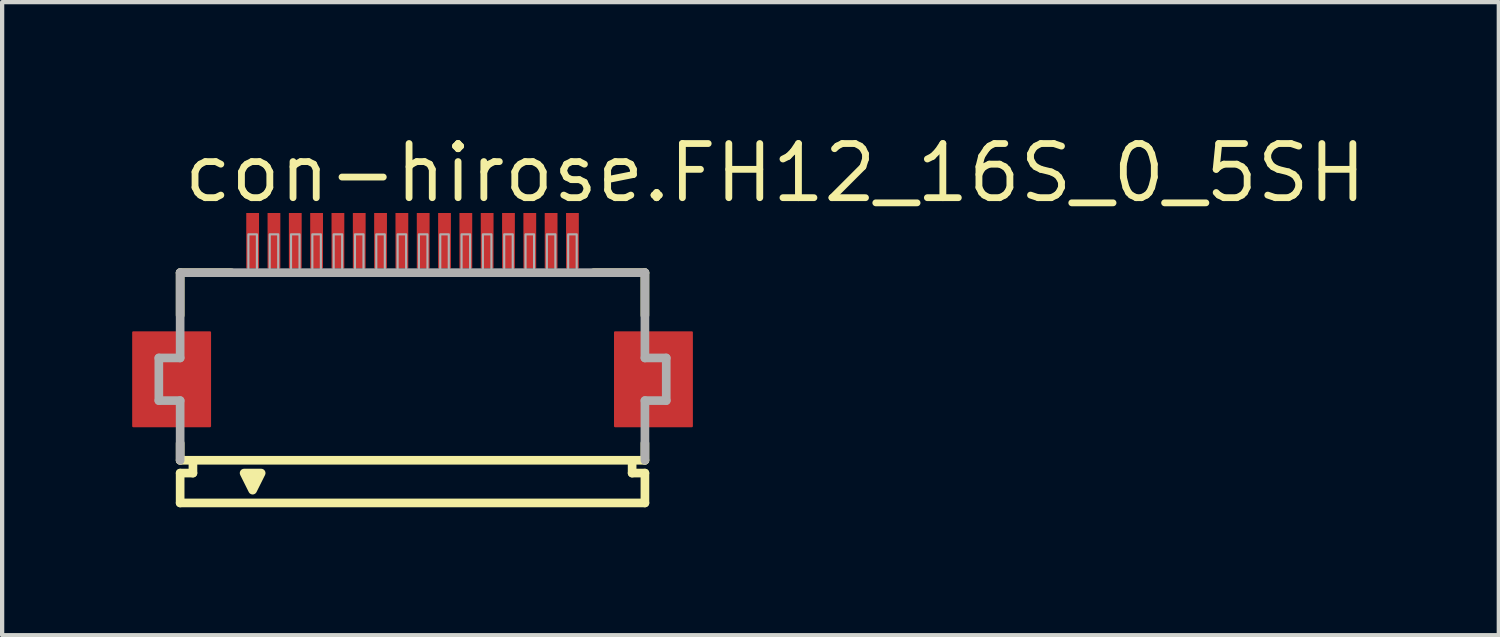
<source format=kicad_pcb>
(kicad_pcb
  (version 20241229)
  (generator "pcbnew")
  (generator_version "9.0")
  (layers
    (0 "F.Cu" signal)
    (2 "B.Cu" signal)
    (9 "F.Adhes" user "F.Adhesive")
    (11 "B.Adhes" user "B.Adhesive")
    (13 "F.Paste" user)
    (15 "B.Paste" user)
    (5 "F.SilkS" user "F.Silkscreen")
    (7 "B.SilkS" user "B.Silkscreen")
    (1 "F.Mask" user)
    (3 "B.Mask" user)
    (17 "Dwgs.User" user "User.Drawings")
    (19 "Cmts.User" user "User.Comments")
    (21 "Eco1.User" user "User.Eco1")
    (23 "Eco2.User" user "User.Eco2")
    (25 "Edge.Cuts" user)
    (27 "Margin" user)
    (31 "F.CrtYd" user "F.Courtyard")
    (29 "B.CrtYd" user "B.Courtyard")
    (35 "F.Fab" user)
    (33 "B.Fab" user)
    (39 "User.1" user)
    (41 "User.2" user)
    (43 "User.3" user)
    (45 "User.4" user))
  (footprint "con-hirose.FH12_16S_0_5SH"
    (layer "F.Cu")
    (at 6.625 5.845)
    (property "Reference" "con-hirose.FH12_16S_0_5SH" (at -5.448 -4.095 0) (layer "F.SilkS") (effects (font (size 1.27 1.27) (thickness 0.16)) (justify left bottom)))
    (attr smd)
    (fp_rect (start -6.55 1.1) (end -4.75 -1.1) (stroke (width 0.05) (type default)) (fill yes) (layer "F.Cu"))
    (fp_rect (start 4.75 1.1) (end 6.55 -1.1) (stroke (width 0.05) (type default)) (fill yes) (layer "F.Cu"))
    (fp_rect (start -6.6 1.175) (end -4.7 -1.175) (stroke (width 0.05) (type default)) (fill yes) (layer "F.Mask"))
    (fp_rect (start -3.95 -2.55) (end -3.55 -3.95) (stroke (width 0.05) (type default)) (fill yes) (layer "F.Mask"))
    (fp_rect (start -3.45 -2.55) (end -3.05 -3.95) (stroke (width 0.05) (type default)) (fill yes) (layer "F.Mask"))
    (fp_rect (start -2.95 -2.55) (end -2.55 -3.95) (stroke (width 0.05) (type default)) (fill yes) (layer "F.Mask"))
    (fp_rect (start -2.45 -2.55) (end -2.05 -3.95) (stroke (width 0.05) (type default)) (fill yes) (layer "F.Mask"))
    (fp_rect (start -1.95 -2.55) (end -1.55 -3.95) (stroke (width 0.05) (type default)) (fill yes) (layer "F.Mask"))
    (fp_rect (start -1.45 -2.55) (end -1.05 -3.95) (stroke (width 0.05) (type default)) (fill yes) (layer "F.Mask"))
    (fp_rect (start -0.95 -2.55) (end -0.55 -3.95) (stroke (width 0.05) (type default)) (fill yes) (layer "F.Mask"))
    (fp_rect (start -0.45 -2.55) (end -0.05 -3.95) (stroke (width 0.05) (type default)) (fill yes) (layer "F.Mask"))
    (fp_rect (start 0.05 -2.55) (end 0.45 -3.95) (stroke (width 0.05) (type default)) (fill yes) (layer "F.Mask"))
    (fp_rect (start 0.55 -2.55) (end 0.95 -3.95) (stroke (width 0.05) (type default)) (fill yes) (layer "F.Mask"))
    (fp_rect (start 1.05 -2.55) (end 1.45 -3.95) (stroke (width 0.05) (type default)) (fill yes) (layer "F.Mask"))
    (fp_rect (start 1.55 -2.55) (end 1.95 -3.95) (stroke (width 0.05) (type default)) (fill yes) (layer "F.Mask"))
    (fp_rect (start 2.05 -2.55) (end 2.45 -3.95) (stroke (width 0.05) (type default)) (fill yes) (layer "F.Mask"))
    (fp_rect (start 2.55 -2.55) (end 2.95 -3.95) (stroke (width 0.05) (type default)) (fill yes) (layer "F.Mask"))
    (fp_rect (start 3.05 -2.55) (end 3.45 -3.95) (stroke (width 0.05) (type default)) (fill yes) (layer "F.Mask"))
    (fp_rect (start 3.55 -2.55) (end 3.95 -3.95) (stroke (width 0.05) (type default)) (fill yes) (layer "F.Mask"))
    (fp_rect (start 4.7 1.175) (end 6.6 -1.175) (stroke (width 0.05) (type default)) (fill yes) (layer "F.Mask"))
    (fp_line (start -5.45 -2.5) (end -5.45 -1.5) (stroke (width 0.203) (type default)) (layer "F.SilkS"))
    (fp_line (start -5.45 1.5) (end -5.45 1.9) (stroke (width 0.203) (type default)) (layer "F.SilkS"))
    (fp_line (start -5.45 1.9) (end -5.15 1.9) (stroke (width 0.203) (type default)) (layer "F.SilkS"))
    (fp_line (start -5.45 2.2) (end -5.45 2.9) (stroke (width 0.203) (type default)) (layer "F.SilkS"))
    (fp_line (start -5.15 1.9) (end -5.15 2.2) (stroke (width 0.203) (type default)) (layer "F.SilkS"))
    (fp_line (start -5.15 2.2) (end -5.45 2.2) (stroke (width 0.203) (type default)) (layer "F.SilkS"))
    (fp_line (start -4.25 -2.5) (end -5.45 -2.5) (stroke (width 0.203) (type default)) (layer "F.SilkS"))
    (fp_line (start 5.15 1.9) (end -5.15 1.9) (stroke (width 0.203) (type default)) (layer "F.SilkS"))
    (fp_line (start 5.15 1.9) (end 5.45 1.9) (stroke (width 0.203) (type default)) (layer "F.SilkS"))
    (fp_line (start 5.15 2.2) (end 5.15 1.9) (stroke (width 0.203) (type default)) (layer "F.SilkS"))
    (fp_line (start 5.45 -2.5) (end 4.25 -2.5) (stroke (width 0.203) (type default)) (layer "F.SilkS"))
    (fp_line (start 5.45 -1.5) (end 5.45 -2.5) (stroke (width 0.203) (type default)) (layer "F.SilkS"))
    (fp_line (start 5.45 1.9) (end 5.45 1.5) (stroke (width 0.203) (type default)) (layer "F.SilkS"))
    (fp_line (start 5.45 2.2) (end 5.15 2.2) (stroke (width 0.203) (type default)) (layer "F.SilkS"))
    (fp_line (start 5.45 2.9) (end -5.45 2.9) (stroke (width 0.203) (type default)) (layer "F.SilkS"))
    (fp_line (start 5.45 2.9) (end 5.45 2.2) (stroke (width 0.203) (type default)) (layer "F.SilkS"))
    (fp_poly (pts (xy -3.95 2.2) (xy -3.75 2.6) (xy -3.55 2.2)) (stroke (width 0.203) (type default)) (fill yes) (layer "F.SilkS"))
    (fp_rect (start -6.475 1.025) (end -4.825 -1.025) (stroke (width 0.05) (type default)) (fill yes) (layer "F.Paste"))
    (fp_rect (start -3.875 -2.625) (end -3.625 -3.875) (stroke (width 0.05) (type default)) (fill yes) (layer "F.Paste"))
    (fp_rect (start -3.375 -2.625) (end -3.125 -3.875) (stroke (width 0.05) (type default)) (fill yes) (layer "F.Paste"))
    (fp_rect (start -2.875 -2.625) (end -2.625 -3.875) (stroke (width 0.05) (type default)) (fill yes) (layer "F.Paste"))
    (fp_rect (start -2.375 -2.625) (end -2.125 -3.875) (stroke (width 0.05) (type default)) (fill yes) (layer "F.Paste"))
    (fp_rect (start -1.875 -2.625) (end -1.625 -3.875) (stroke (width 0.05) (type default)) (fill yes) (layer "F.Paste"))
    (fp_rect (start -1.375 -2.625) (end -1.125 -3.875) (stroke (width 0.05) (type default)) (fill yes) (layer "F.Paste"))
    (fp_rect (start -0.875 -2.625) (end -0.625 -3.875) (stroke (width 0.05) (type default)) (fill yes) (layer "F.Paste"))
    (fp_rect (start -0.375 -2.625) (end -0.125 -3.875) (stroke (width 0.05) (type default)) (fill yes) (layer "F.Paste"))
    (fp_rect (start 0.125 -2.625) (end 0.375 -3.875) (stroke (width 0.05) (type default)) (fill yes) (layer "F.Paste"))
    (fp_rect (start 0.625 -2.625) (end 0.875 -3.875) (stroke (width 0.05) (type default)) (fill yes) (layer "F.Paste"))
    (fp_rect (start 1.125 -2.625) (end 1.375 -3.875) (stroke (width 0.05) (type default)) (fill yes) (layer "F.Paste"))
    (fp_rect (start 1.625 -2.625) (end 1.875 -3.875) (stroke (width 0.05) (type default)) (fill yes) (layer "F.Paste"))
    (fp_rect (start 2.125 -2.625) (end 2.375 -3.875) (stroke (width 0.05) (type default)) (fill yes) (layer "F.Paste"))
    (fp_rect (start 2.625 -2.625) (end 2.875 -3.875) (stroke (width 0.05) (type default)) (fill yes) (layer "F.Paste"))
    (fp_rect (start 3.125 -2.625) (end 3.375 -3.875) (stroke (width 0.05) (type default)) (fill yes) (layer "F.Paste"))
    (fp_rect (start 3.625 -2.625) (end 3.875 -3.875) (stroke (width 0.05) (type default)) (fill yes) (layer "F.Paste"))
    (fp_rect (start 4.825 1.025) (end 6.475 -1.025) (stroke (width 0.05) (type default)) (fill yes) (layer "F.Paste"))
    (fp_line (start -5.95 -0.5) (end -5.95 0.5) (stroke (width 0.203) (type default)) (layer "F.Fab"))
    (fp_line (start -5.95 0.5) (end -5.45 0.5) (stroke (width 0.203) (type default)) (layer "F.Fab"))
    (fp_line (start -5.45 -2.5) (end -5.45 -0.5) (stroke (width 0.203) (type default)) (layer "F.Fab"))
    (fp_line (start -5.45 -0.5) (end -5.95 -0.5) (stroke (width 0.203) (type default)) (layer "F.Fab"))
    (fp_line (start -5.45 0.5) (end -5.45 1.9) (stroke (width 0.203) (type default)) (layer "F.Fab"))
    (fp_line (start 5.45 -2.5) (end -5.45 -2.5) (stroke (width 0.203) (type default)) (layer "F.Fab"))
    (fp_line (start 5.45 -0.5) (end 5.45 -2.5) (stroke (width 0.203) (type default)) (layer "F.Fab"))
    (fp_line (start 5.45 0.5) (end 5.95 0.5) (stroke (width 0.203) (type default)) (layer "F.Fab"))
    (fp_line (start 5.45 1.9) (end 5.45 0.5) (stroke (width 0.203) (type default)) (layer "F.Fab"))
    (fp_line (start 5.95 -0.5) (end 5.45 -0.5) (stroke (width 0.203) (type default)) (layer "F.Fab"))
    (fp_line (start 5.95 0.5) (end 5.95 -0.5) (stroke (width 0.203) (type default)) (layer "F.Fab"))
    (fp_rect (start -3.85 -2.55) (end -3.65 -3.4) (stroke (width 0.05) (type default)) (fill no) (layer "F.Fab"))
    (fp_rect (start -3.35 -2.55) (end -3.15 -3.4) (stroke (width 0.05) (type default)) (fill no) (layer "F.Fab"))
    (fp_rect (start -2.85 -2.55) (end -2.65 -3.4) (stroke (width 0.05) (type default)) (fill no) (layer "F.Fab"))
    (fp_rect (start -2.35 -2.55) (end -2.15 -3.4) (stroke (width 0.05) (type default)) (fill no) (layer "F.Fab"))
    (fp_rect (start -1.85 -2.55) (end -1.65 -3.4) (stroke (width 0.05) (type default)) (fill no) (layer "F.Fab"))
    (fp_rect (start -1.35 -2.55) (end -1.15 -3.4) (stroke (width 0.05) (type default)) (fill no) (layer "F.Fab"))
    (fp_rect (start -0.85 -2.55) (end -0.65 -3.4) (stroke (width 0.05) (type default)) (fill no) (layer "F.Fab"))
    (fp_rect (start -0.35 -2.55) (end -0.15 -3.4) (stroke (width 0.05) (type default)) (fill no) (layer "F.Fab"))
    (fp_rect (start 0.15 -2.55) (end 0.35 -3.4) (stroke (width 0.05) (type default)) (fill no) (layer "F.Fab"))
    (fp_rect (start 0.65 -2.55) (end 0.85 -3.4) (stroke (width 0.05) (type default)) (fill no) (layer "F.Fab"))
    (fp_rect (start 1.15 -2.55) (end 1.35 -3.4) (stroke (width 0.05) (type default)) (fill no) (layer "F.Fab"))
    (fp_rect (start 1.65 -2.55) (end 1.85 -3.4) (stroke (width 0.05) (type default)) (fill no) (layer "F.Fab"))
    (fp_rect (start 2.15 -2.55) (end 2.35 -3.4) (stroke (width 0.05) (type default)) (fill no) (layer "F.Fab"))
    (fp_rect (start 2.65 -2.55) (end 2.85 -3.4) (stroke (width 0.05) (type default)) (fill no) (layer "F.Fab"))
    (fp_rect (start 3.15 -2.55) (end 3.35 -3.4) (stroke (width 0.05) (type default)) (fill no) (layer "F.Fab"))
    (fp_rect (start 3.65 -2.55) (end 3.85 -3.4) (stroke (width 0.05) (type default)) (fill no) (layer "F.Fab"))
    (pad "1" smd roundrect (at -3.75 -3.25) (size 0.3 1.3) (layers "F.Cu" "F.Mask" "F.Paste") (roundrect_rratio 0.01))
    (pad "2" smd roundrect (at -3.25 -3.25) (size 0.3 1.3) (layers "F.Cu" "F.Mask" "F.Paste") (roundrect_rratio 0.01))
    (pad "3" smd roundrect (at -2.75 -3.25) (size 0.3 1.3) (layers "F.Cu" "F.Mask" "F.Paste") (roundrect_rratio 0.01))
    (pad "4" smd roundrect (at -2.25 -3.25) (size 0.3 1.3) (layers "F.Cu" "F.Mask" "F.Paste") (roundrect_rratio 0.01))
    (pad "5" smd roundrect (at -1.75 -3.25) (size 0.3 1.3) (layers "F.Cu" "F.Mask" "F.Paste") (roundrect_rratio 0.01))
    (pad "6" smd roundrect (at -1.25 -3.25) (size 0.3 1.3) (layers "F.Cu" "F.Mask" "F.Paste") (roundrect_rratio 0.01))
    (pad "7" smd roundrect (at -0.75 -3.25) (size 0.3 1.3) (layers "F.Cu" "F.Mask" "F.Paste") (roundrect_rratio 0.01))
    (pad "8" smd roundrect (at -0.25 -3.25) (size 0.3 1.3) (layers "F.Cu" "F.Mask" "F.Paste") (roundrect_rratio 0.01))
    (pad "9" smd roundrect (at 0.25 -3.25) (size 0.3 1.3) (layers "F.Cu" "F.Mask" "F.Paste") (roundrect_rratio 0.01))
    (pad "10" smd roundrect (at 0.75 -3.25) (size 0.3 1.3) (layers "F.Cu" "F.Mask" "F.Paste") (roundrect_rratio 0.01))
    (pad "11" smd roundrect (at 1.25 -3.25) (size 0.3 1.3) (layers "F.Cu" "F.Mask" "F.Paste") (roundrect_rratio 0.01))
    (pad "12" smd roundrect (at 1.75 -3.25) (size 0.3 1.3) (layers "F.Cu" "F.Mask" "F.Paste") (roundrect_rratio 0.01))
    (pad "13" smd roundrect (at 2.25 -3.25) (size 0.3 1.3) (layers "F.Cu" "F.Mask" "F.Paste") (roundrect_rratio 0.01))
    (pad "14" smd roundrect (at 2.75 -3.25) (size 0.3 1.3) (layers "F.Cu" "F.Mask" "F.Paste") (roundrect_rratio 0.01))
    (pad "15" smd roundrect (at 3.25 -3.25) (size 0.3 1.3) (layers "F.Cu" "F.Mask" "F.Paste") (roundrect_rratio 0.01))
    (pad "16" smd roundrect (at 3.75 -3.25) (size 0.3 1.3) (layers "F.Cu" "F.Mask" "F.Paste") (roundrect_rratio 0.01)))
  (gr_rect
    (start -3 -3)
    (end 32.101 11.847)
    (stroke (width 0.1) (type default))
    (fill no)
    (layer "Edge.Cuts")))
</source>
